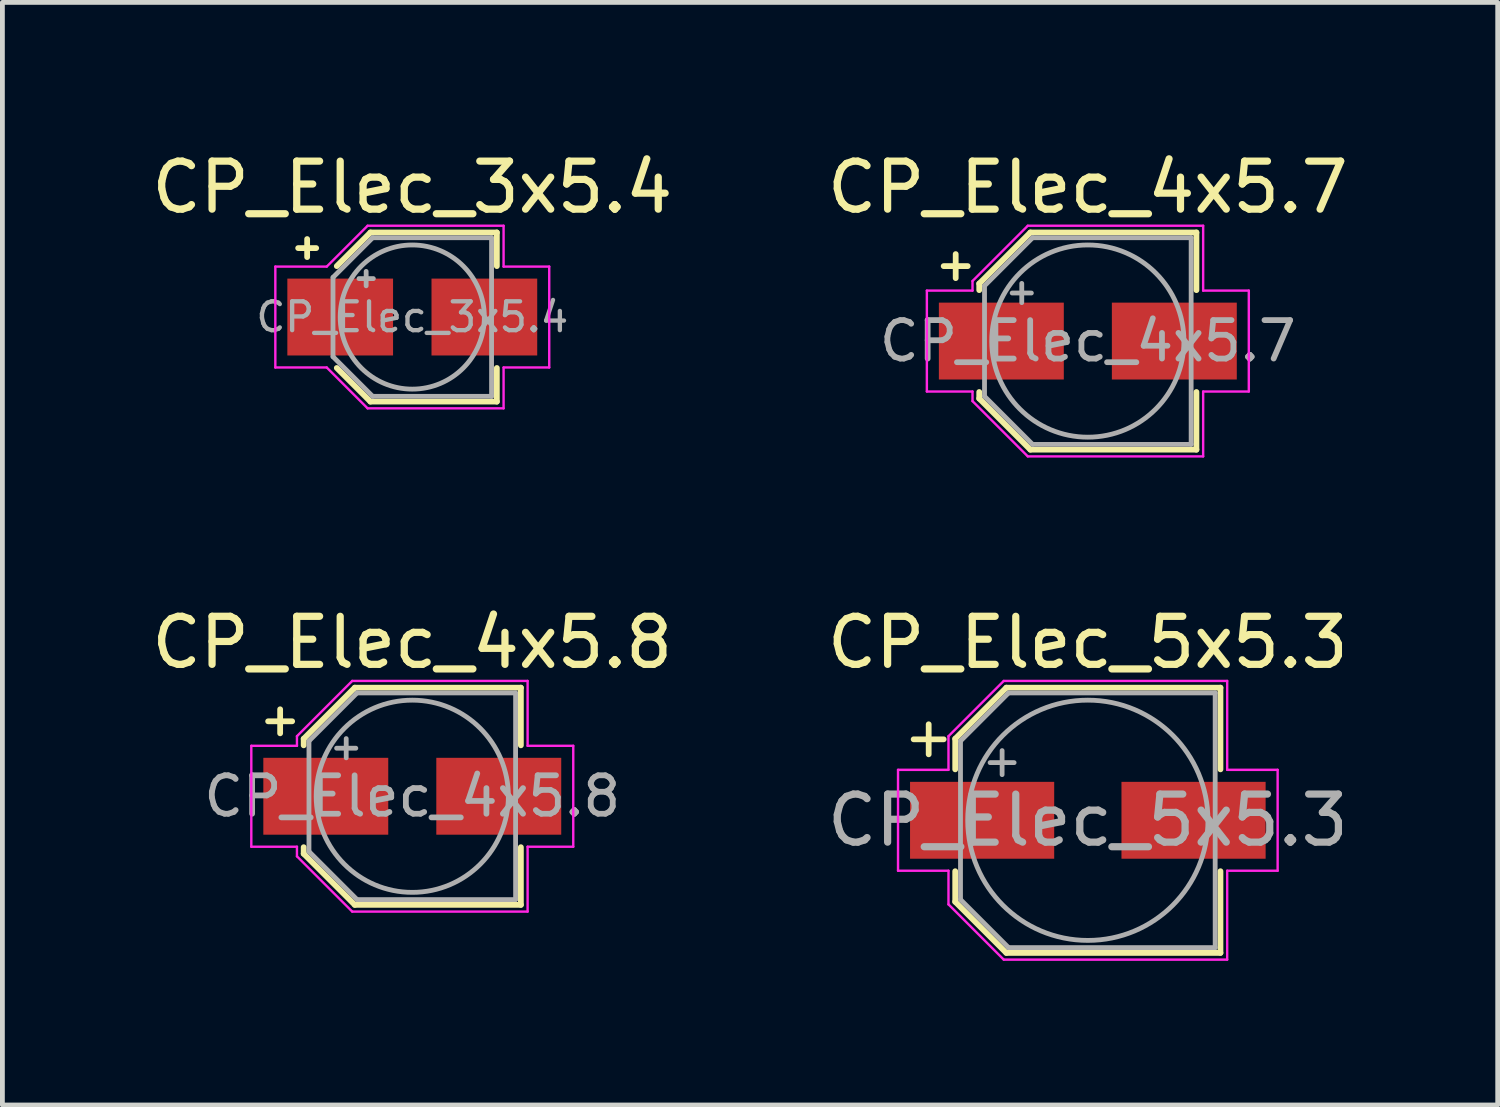
<source format=kicad_pcb>
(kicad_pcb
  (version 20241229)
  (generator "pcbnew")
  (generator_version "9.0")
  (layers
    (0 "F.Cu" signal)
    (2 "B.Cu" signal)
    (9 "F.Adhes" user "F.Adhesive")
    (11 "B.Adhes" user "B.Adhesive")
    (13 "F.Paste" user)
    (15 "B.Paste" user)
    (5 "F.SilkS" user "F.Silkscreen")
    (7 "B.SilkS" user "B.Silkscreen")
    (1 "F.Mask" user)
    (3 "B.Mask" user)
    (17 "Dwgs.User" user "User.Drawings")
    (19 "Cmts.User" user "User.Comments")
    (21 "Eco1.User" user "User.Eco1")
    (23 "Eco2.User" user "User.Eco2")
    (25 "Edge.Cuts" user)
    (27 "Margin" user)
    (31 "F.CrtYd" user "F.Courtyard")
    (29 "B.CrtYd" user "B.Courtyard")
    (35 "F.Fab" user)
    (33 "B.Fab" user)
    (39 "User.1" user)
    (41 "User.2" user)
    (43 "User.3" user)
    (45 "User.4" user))
  (footprint "CP_Elec_4x5.7"
    (layer "F.Cu")
    (at 19.589 4.048)
    (property "Reference" "CP_Elec_4x5.7" (at 0 -3.2 0) (layer "F.SilkS") (effects (font (size 1 1) (thickness 0.15))))
    (attr smd)
    (fp_line (start -3 -1.56) (end -2.5 -1.56) (stroke (width 0.12) (type solid)) (layer "F.SilkS"))
    (fp_line (start -2.75 -1.81) (end -2.75 -1.31) (stroke (width 0.12) (type solid)) (layer "F.SilkS"))
    (fp_line (start -2.26 -1.196) (end -2.26 -1.06) (stroke (width 0.12) (type solid)) (layer "F.SilkS"))
    (fp_line (start -2.26 -1.196) (end -1.196 -2.26) (stroke (width 0.12) (type solid)) (layer "F.SilkS"))
    (fp_line (start -2.26 1.196) (end -2.26 1.06) (stroke (width 0.12) (type solid)) (layer "F.SilkS"))
    (fp_line (start -2.26 1.196) (end -1.196 2.26) (stroke (width 0.12) (type solid)) (layer "F.SilkS"))
    (fp_line (start -1.196 -2.26) (end 2.26 -2.26) (stroke (width 0.12) (type solid)) (layer "F.SilkS"))
    (fp_line (start -1.196 2.26) (end 2.26 2.26) (stroke (width 0.12) (type solid)) (layer "F.SilkS"))
    (fp_line (start 2.26 -2.26) (end 2.26 -1.06) (stroke (width 0.12) (type solid)) (layer "F.SilkS"))
    (fp_line (start 2.26 2.26) (end 2.26 1.06) (stroke (width 0.12) (type solid)) (layer "F.SilkS"))
    (fp_line (start -3.35 -1.05) (end -3.35 1.05) (stroke (width 0.05) (type solid)) (layer "F.CrtYd"))
    (fp_line (start -3.35 1.05) (end -2.4 1.05) (stroke (width 0.05) (type solid)) (layer "F.CrtYd"))
    (fp_line (start -2.4 -1.25) (end -2.4 -1.05) (stroke (width 0.05) (type solid)) (layer "F.CrtYd"))
    (fp_line (start -2.4 -1.25) (end -1.25 -2.4) (stroke (width 0.05) (type solid)) (layer "F.CrtYd"))
    (fp_line (start -2.4 -1.05) (end -3.35 -1.05) (stroke (width 0.05) (type solid)) (layer "F.CrtYd"))
    (fp_line (start -2.4 1.05) (end -2.4 1.25) (stroke (width 0.05) (type solid)) (layer "F.CrtYd"))
    (fp_line (start -2.4 1.25) (end -1.25 2.4) (stroke (width 0.05) (type solid)) (layer "F.CrtYd"))
    (fp_line (start -1.25 -2.4) (end 2.4 -2.4) (stroke (width 0.05) (type solid)) (layer "F.CrtYd"))
    (fp_line (start -1.25 2.4) (end 2.4 2.4) (stroke (width 0.05) (type solid)) (layer "F.CrtYd"))
    (fp_line (start 2.4 -2.4) (end 2.4 -1.05) (stroke (width 0.05) (type solid)) (layer "F.CrtYd"))
    (fp_line (start 2.4 -1.05) (end 3.35 -1.05) (stroke (width 0.05) (type solid)) (layer "F.CrtYd"))
    (fp_line (start 2.4 1.05) (end 2.4 2.4) (stroke (width 0.05) (type solid)) (layer "F.CrtYd"))
    (fp_line (start 3.35 -1.05) (end 3.35 1.05) (stroke (width 0.05) (type solid)) (layer "F.CrtYd"))
    (fp_line (start 3.35 1.05) (end 2.4 1.05) (stroke (width 0.05) (type solid)) (layer "F.CrtYd"))
    (fp_line (start -2.15 -1.15) (end -2.15 1.15) (stroke (width 0.1) (type solid)) (layer "F.Fab"))
    (fp_line (start -2.15 -1.15) (end -1.15 -2.15) (stroke (width 0.1) (type solid)) (layer "F.Fab"))
    (fp_line (start -2.15 1.15) (end -1.15 2.15) (stroke (width 0.1) (type solid)) (layer "F.Fab"))
    (fp_line (start -1.575 -1) (end -1.175 -1) (stroke (width 0.1) (type solid)) (layer "F.Fab"))
    (fp_line (start -1.375 -1.2) (end -1.375 -0.8) (stroke (width 0.1) (type solid)) (layer "F.Fab"))
    (fp_line (start -1.15 -2.15) (end 2.15 -2.15) (stroke (width 0.1) (type solid)) (layer "F.Fab"))
    (fp_line (start -1.15 2.15) (end 2.15 2.15) (stroke (width 0.1) (type solid)) (layer "F.Fab"))
    (fp_line (start 2.15 -2.15) (end 2.15 2.15) (stroke (width 0.1) (type solid)) (layer "F.Fab"))
    (fp_circle (center 0 0) (end 2 0) (stroke (width 0.1) (type solid)) (fill no) (layer "F.Fab"))
    (fp_text user "${REFERENCE}" (at 0 0 0) (layer "F.Fab") (effects (font (size 0.8 0.8) (thickness 0.12))))
    (pad "1" smd rect (at -1.8 0) (size 2.6 1.6) (layers "F.Cu" "F.Mask" "F.Paste"))
    (pad "2" smd rect (at 1.8 0) (size 2.6 1.6) (layers "F.Cu" "F.Mask" "F.Paste")))
  (footprint "CP_Elec_3x5.4"
    (layer "F.Cu")
    (at 5.53 3.548)
    (property "Reference" "CP_Elec_3x5.4" (at 0 -2.7 0) (layer "F.SilkS") (effects (font (size 1 1) (thickness 0.15))))
    (attr smd)
    (fp_line (start -2.375 -1.435) (end -2 -1.435) (stroke (width 0.12) (type solid)) (layer "F.SilkS"))
    (fp_line (start -2.188 -1.623) (end -2.188 -1.248) (stroke (width 0.12) (type solid)) (layer "F.SilkS"))
    (fp_line (start -1.571 -1.06) (end -0.871 -1.76) (stroke (width 0.12) (type solid)) (layer "F.SilkS"))
    (fp_line (start -1.571 1.06) (end -0.871 1.76) (stroke (width 0.12) (type solid)) (layer "F.SilkS"))
    (fp_line (start -0.871 -1.76) (end 1.76 -1.76) (stroke (width 0.12) (type solid)) (layer "F.SilkS"))
    (fp_line (start -0.871 1.76) (end 1.76 1.76) (stroke (width 0.12) (type solid)) (layer "F.SilkS"))
    (fp_line (start 1.76 -1.76) (end 1.76 -1.06) (stroke (width 0.12) (type solid)) (layer "F.SilkS"))
    (fp_line (start 1.76 1.76) (end 1.76 1.06) (stroke (width 0.12) (type solid)) (layer "F.SilkS"))
    (fp_line (start -2.85 -1.05) (end -2.85 1.05) (stroke (width 0.05) (type solid)) (layer "F.CrtYd"))
    (fp_line (start -2.85 1.05) (end -1.78 1.05) (stroke (width 0.05) (type solid)) (layer "F.CrtYd"))
    (fp_line (start -1.78 -1.05) (end -2.85 -1.05) (stroke (width 0.05) (type solid)) (layer "F.CrtYd"))
    (fp_line (start -1.78 -1.05) (end -0.93 -1.9) (stroke (width 0.05) (type solid)) (layer "F.CrtYd"))
    (fp_line (start -1.78 1.05) (end -0.93 1.9) (stroke (width 0.05) (type solid)) (layer "F.CrtYd"))
    (fp_line (start -0.93 -1.9) (end 1.9 -1.9) (stroke (width 0.05) (type solid)) (layer "F.CrtYd"))
    (fp_line (start -0.93 1.9) (end 1.9 1.9) (stroke (width 0.05) (type solid)) (layer "F.CrtYd"))
    (fp_line (start 1.9 -1.9) (end 1.9 -1.05) (stroke (width 0.05) (type solid)) (layer "F.CrtYd"))
    (fp_line (start 1.9 -1.05) (end 2.85 -1.05) (stroke (width 0.05) (type solid)) (layer "F.CrtYd"))
    (fp_line (start 1.9 1.05) (end 1.9 1.9) (stroke (width 0.05) (type solid)) (layer "F.CrtYd"))
    (fp_line (start 2.85 -1.05) (end 2.85 1.05) (stroke (width 0.05) (type solid)) (layer "F.CrtYd"))
    (fp_line (start 2.85 1.05) (end 1.9 1.05) (stroke (width 0.05) (type solid)) (layer "F.CrtYd"))
    (fp_line (start -1.65 -0.825) (end -1.65 0.825) (stroke (width 0.1) (type solid)) (layer "F.Fab"))
    (fp_line (start -1.65 -0.825) (end -0.825 -1.65) (stroke (width 0.1) (type solid)) (layer "F.Fab"))
    (fp_line (start -1.65 0.825) (end -0.825 1.65) (stroke (width 0.1) (type solid)) (layer "F.Fab"))
    (fp_line (start -1.11 -0.8) (end -0.81 -0.8) (stroke (width 0.1) (type solid)) (layer "F.Fab"))
    (fp_line (start -0.96 -0.95) (end -0.96 -0.65) (stroke (width 0.1) (type solid)) (layer "F.Fab"))
    (fp_line (start -0.825 -1.65) (end 1.65 -1.65) (stroke (width 0.1) (type solid)) (layer "F.Fab"))
    (fp_line (start -0.825 1.65) (end 1.65 1.65) (stroke (width 0.1) (type solid)) (layer "F.Fab"))
    (fp_line (start 1.65 -1.65) (end 1.65 1.65) (stroke (width 0.1) (type solid)) (layer "F.Fab"))
    (fp_circle (center 0 0) (end 1.5 0) (stroke (width 0.1) (type solid)) (fill no) (layer "F.Fab"))
    (fp_text user "${REFERENCE}" (at 0 0 0) (layer "F.Fab") (effects (font (size 0.6 0.6) (thickness 0.09))))
    (pad "1" smd rect (at -1.5 0) (size 2.2 1.6) (layers "F.Cu" "F.Mask" "F.Paste"))
    (pad "2" smd rect (at 1.5 0) (size 2.2 1.6) (layers "F.Cu" "F.Mask" "F.Paste")))
  (footprint "CP_Elec_5x5.3"
    (layer "F.Cu")
    (at 19.589 14.021)
    (property "Reference" "CP_Elec_5x5.3" (at 0 -3.7 0) (layer "F.SilkS") (effects (font (size 1 1) (thickness 0.15))))
    (attr smd)
    (fp_line (start -3.625 -1.685) (end -3 -1.685) (stroke (width 0.12) (type solid)) (layer "F.SilkS"))
    (fp_line (start -3.312 -1.998) (end -3.312 -1.373) (stroke (width 0.12) (type solid)) (layer "F.SilkS"))
    (fp_line (start -2.76 -1.696) (end -2.76 -1.06) (stroke (width 0.12) (type solid)) (layer "F.SilkS"))
    (fp_line (start -2.76 -1.696) (end -1.696 -2.76) (stroke (width 0.12) (type solid)) (layer "F.SilkS"))
    (fp_line (start -2.76 1.696) (end -2.76 1.06) (stroke (width 0.12) (type solid)) (layer "F.SilkS"))
    (fp_line (start -2.76 1.696) (end -1.696 2.76) (stroke (width 0.12) (type solid)) (layer "F.SilkS"))
    (fp_line (start -1.696 -2.76) (end 2.76 -2.76) (stroke (width 0.12) (type solid)) (layer "F.SilkS"))
    (fp_line (start -1.696 2.76) (end 2.76 2.76) (stroke (width 0.12) (type solid)) (layer "F.SilkS"))
    (fp_line (start 2.76 -2.76) (end 2.76 -1.06) (stroke (width 0.12) (type solid)) (layer "F.SilkS"))
    (fp_line (start 2.76 2.76) (end 2.76 1.06) (stroke (width 0.12) (type solid)) (layer "F.SilkS"))
    (fp_line (start -3.95 -1.05) (end -3.95 1.05) (stroke (width 0.05) (type solid)) (layer "F.CrtYd"))
    (fp_line (start -3.95 1.05) (end -2.9 1.05) (stroke (width 0.05) (type solid)) (layer "F.CrtYd"))
    (fp_line (start -2.9 -1.75) (end -2.9 -1.05) (stroke (width 0.05) (type solid)) (layer "F.CrtYd"))
    (fp_line (start -2.9 -1.75) (end -1.75 -2.9) (stroke (width 0.05) (type solid)) (layer "F.CrtYd"))
    (fp_line (start -2.9 -1.05) (end -3.95 -1.05) (stroke (width 0.05) (type solid)) (layer "F.CrtYd"))
    (fp_line (start -2.9 1.05) (end -2.9 1.75) (stroke (width 0.05) (type solid)) (layer "F.CrtYd"))
    (fp_line (start -2.9 1.75) (end -1.75 2.9) (stroke (width 0.05) (type solid)) (layer "F.CrtYd"))
    (fp_line (start -1.75 -2.9) (end 2.9 -2.9) (stroke (width 0.05) (type solid)) (layer "F.CrtYd"))
    (fp_line (start -1.75 2.9) (end 2.9 2.9) (stroke (width 0.05) (type solid)) (layer "F.CrtYd"))
    (fp_line (start 2.9 -2.9) (end 2.9 -1.05) (stroke (width 0.05) (type solid)) (layer "F.CrtYd"))
    (fp_line (start 2.9 -1.05) (end 3.95 -1.05) (stroke (width 0.05) (type solid)) (layer "F.CrtYd"))
    (fp_line (start 2.9 1.05) (end 2.9 2.9) (stroke (width 0.05) (type solid)) (layer "F.CrtYd"))
    (fp_line (start 3.95 -1.05) (end 3.95 1.05) (stroke (width 0.05) (type solid)) (layer "F.CrtYd"))
    (fp_line (start 3.95 1.05) (end 2.9 1.05) (stroke (width 0.05) (type solid)) (layer "F.CrtYd"))
    (fp_line (start -2.65 -1.65) (end -2.65 1.65) (stroke (width 0.1) (type solid)) (layer "F.Fab"))
    (fp_line (start -2.65 -1.65) (end -1.65 -2.65) (stroke (width 0.1) (type solid)) (layer "F.Fab"))
    (fp_line (start -2.65 1.65) (end -1.65 2.65) (stroke (width 0.1) (type solid)) (layer "F.Fab"))
    (fp_line (start -2.034 -1.2) (end -1.534 -1.2) (stroke (width 0.1) (type solid)) (layer "F.Fab"))
    (fp_line (start -1.784 -1.45) (end -1.784 -0.95) (stroke (width 0.1) (type solid)) (layer "F.Fab"))
    (fp_line (start -1.65 -2.65) (end 2.65 -2.65) (stroke (width 0.1) (type solid)) (layer "F.Fab"))
    (fp_line (start -1.65 2.65) (end 2.65 2.65) (stroke (width 0.1) (type solid)) (layer "F.Fab"))
    (fp_line (start 2.65 -2.65) (end 2.65 2.65) (stroke (width 0.1) (type solid)) (layer "F.Fab"))
    (fp_circle (center 0 0) (end 2.5 0) (stroke (width 0.1) (type solid)) (fill no) (layer "F.Fab"))
    (fp_text user "${REFERENCE}" (at 0 0 0) (layer "F.Fab") (effects (font (size 1 1) (thickness 0.15))))
    (pad "1" smd rect (at -2.2 0) (size 3 1.6) (layers "F.Cu" "F.Mask" "F.Paste"))
    (pad "2" smd rect (at 2.2 0) (size 3 1.6) (layers "F.Cu" "F.Mask" "F.Paste")))
  (footprint "CP_Elec_4x5.8"
    (layer "F.Cu")
    (at 5.53 13.521)
    (property "Reference" "CP_Elec_4x5.8" (at 0 -3.2 0) (layer "F.SilkS") (effects (font (size 1 1) (thickness 0.15))))
    (attr smd)
    (fp_line (start -3 -1.56) (end -2.5 -1.56) (stroke (width 0.12) (type solid)) (layer "F.SilkS"))
    (fp_line (start -2.75 -1.81) (end -2.75 -1.31) (stroke (width 0.12) (type solid)) (layer "F.SilkS"))
    (fp_line (start -2.26 -1.196) (end -2.26 -1.06) (stroke (width 0.12) (type solid)) (layer "F.SilkS"))
    (fp_line (start -2.26 -1.196) (end -1.196 -2.26) (stroke (width 0.12) (type solid)) (layer "F.SilkS"))
    (fp_line (start -2.26 1.196) (end -2.26 1.06) (stroke (width 0.12) (type solid)) (layer "F.SilkS"))
    (fp_line (start -2.26 1.196) (end -1.196 2.26) (stroke (width 0.12) (type solid)) (layer "F.SilkS"))
    (fp_line (start -1.196 -2.26) (end 2.26 -2.26) (stroke (width 0.12) (type solid)) (layer "F.SilkS"))
    (fp_line (start -1.196 2.26) (end 2.26 2.26) (stroke (width 0.12) (type solid)) (layer "F.SilkS"))
    (fp_line (start 2.26 -2.26) (end 2.26 -1.06) (stroke (width 0.12) (type solid)) (layer "F.SilkS"))
    (fp_line (start 2.26 2.26) (end 2.26 1.06) (stroke (width 0.12) (type solid)) (layer "F.SilkS"))
    (fp_line (start -3.35 -1.05) (end -3.35 1.05) (stroke (width 0.05) (type solid)) (layer "F.CrtYd"))
    (fp_line (start -3.35 1.05) (end -2.4 1.05) (stroke (width 0.05) (type solid)) (layer "F.CrtYd"))
    (fp_line (start -2.4 -1.25) (end -2.4 -1.05) (stroke (width 0.05) (type solid)) (layer "F.CrtYd"))
    (fp_line (start -2.4 -1.25) (end -1.25 -2.4) (stroke (width 0.05) (type solid)) (layer "F.CrtYd"))
    (fp_line (start -2.4 -1.05) (end -3.35 -1.05) (stroke (width 0.05) (type solid)) (layer "F.CrtYd"))
    (fp_line (start -2.4 1.05) (end -2.4 1.25) (stroke (width 0.05) (type solid)) (layer "F.CrtYd"))
    (fp_line (start -2.4 1.25) (end -1.25 2.4) (stroke (width 0.05) (type solid)) (layer "F.CrtYd"))
    (fp_line (start -1.25 -2.4) (end 2.4 -2.4) (stroke (width 0.05) (type solid)) (layer "F.CrtYd"))
    (fp_line (start -1.25 2.4) (end 2.4 2.4) (stroke (width 0.05) (type solid)) (layer "F.CrtYd"))
    (fp_line (start 2.4 -2.4) (end 2.4 -1.05) (stroke (width 0.05) (type solid)) (layer "F.CrtYd"))
    (fp_line (start 2.4 -1.05) (end 3.35 -1.05) (stroke (width 0.05) (type solid)) (layer "F.CrtYd"))
    (fp_line (start 2.4 1.05) (end 2.4 2.4) (stroke (width 0.05) (type solid)) (layer "F.CrtYd"))
    (fp_line (start 3.35 -1.05) (end 3.35 1.05) (stroke (width 0.05) (type solid)) (layer "F.CrtYd"))
    (fp_line (start 3.35 1.05) (end 2.4 1.05) (stroke (width 0.05) (type solid)) (layer "F.CrtYd"))
    (fp_line (start -2.15 -1.15) (end -2.15 1.15) (stroke (width 0.1) (type solid)) (layer "F.Fab"))
    (fp_line (start -2.15 -1.15) (end -1.15 -2.15) (stroke (width 0.1) (type solid)) (layer "F.Fab"))
    (fp_line (start -2.15 1.15) (end -1.15 2.15) (stroke (width 0.1) (type solid)) (layer "F.Fab"))
    (fp_line (start -1.575 -1) (end -1.175 -1) (stroke (width 0.1) (type solid)) (layer "F.Fab"))
    (fp_line (start -1.375 -1.2) (end -1.375 -0.8) (stroke (width 0.1) (type solid)) (layer "F.Fab"))
    (fp_line (start -1.15 -2.15) (end 2.15 -2.15) (stroke (width 0.1) (type solid)) (layer "F.Fab"))
    (fp_line (start -1.15 2.15) (end 2.15 2.15) (stroke (width 0.1) (type solid)) (layer "F.Fab"))
    (fp_line (start 2.15 -2.15) (end 2.15 2.15) (stroke (width 0.1) (type solid)) (layer "F.Fab"))
    (fp_circle (center 0 0) (end 2 0) (stroke (width 0.1) (type solid)) (fill no) (layer "F.Fab"))
    (fp_text user "${REFERENCE}" (at 0 0 0) (layer "F.Fab") (effects (font (size 0.8 0.8) (thickness 0.12))))
    (pad "1" smd rect (at -1.8 0) (size 2.6 1.6) (layers "F.Cu" "F.Mask" "F.Paste"))
    (pad "2" smd rect (at 1.8 0) (size 2.6 1.6) (layers "F.Cu" "F.Mask" "F.Paste")))
  (gr_rect
    (start -3 -3)
    (end 28.119 19.947)
    (stroke (width 0.1) (type default))
    (fill no)
    (layer "Edge.Cuts")))
</source>
